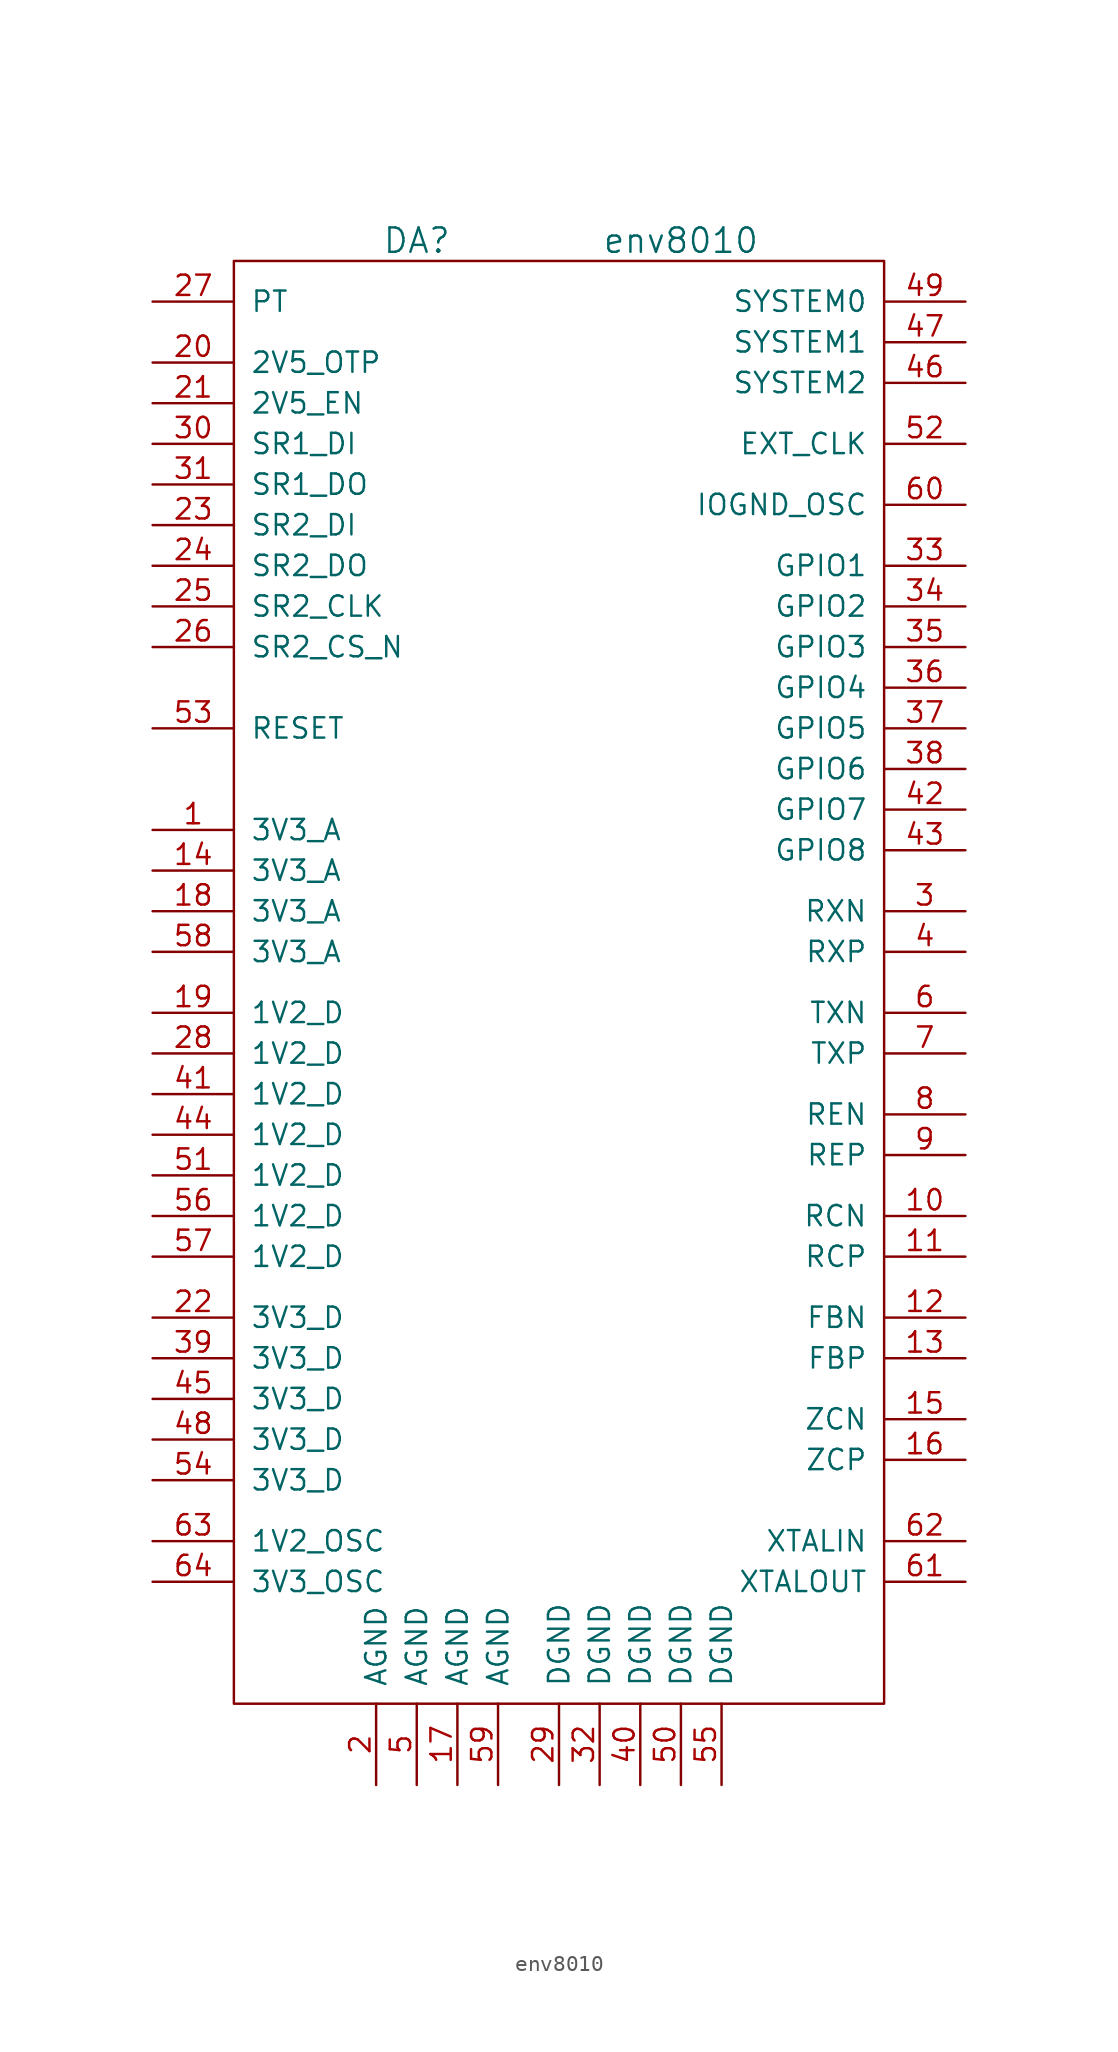
<source format=kicad_sym>
(kicad_symbol_lib
  (version 20231120)
  (generator "kicad_symbol_editor")
  (generator_version "8.0")
  (symbol "env8010"
    (pin_names
      (offset 1.016))
    (property "Reference" "DA"
      (at -8.89 46.99 0)
      (effects (font (size 1.524 1.524))))
    (property "Value" "env8010"
      (at 7.62 46.99 0)
      (effects (font (size 1.524 1.524))))
    (property "Footprint" ""
      (at 0 11.43 0)
      (effects (font (size 1.524 1.524))))
    (property "Datasheet" ""
      (at 0 11.43 0)
      (effects (font (size 1.524 1.524))))
    (symbol "env8010_0_0"
      (pin power_in line (at -25.4 10.16 0) (length 5.08) (name "3V3_A" (effects (font (size 1.27 1.27)))) (number "1" (effects (font (size 1.27 1.27)))))
      (pin passive line (at 25.4 -13.97 180) (length 5.08) (name "RCN" (effects (font (size 1.27 1.27)))) (number "10" (effects (font (size 1.27 1.27)))))
      (pin passive line (at 25.4 -16.51 180) (length 5.08) (name "RCP" (effects (font (size 1.27 1.27)))) (number "11" (effects (font (size 1.27 1.27)))))
      (pin passive line (at 25.4 -20.32 180) (length 5.08) (name "FBN" (effects (font (size 1.27 1.27)))) (number "12" (effects (font (size 1.27 1.27)))))
      (pin passive line (at 25.4 -22.86 180) (length 5.08) (name "FBP" (effects (font (size 1.27 1.27)))) (number "13" (effects (font (size 1.27 1.27)))))
      (pin power_in line (at -25.4 7.62 0) (length 5.08) (name "3V3_A" (effects (font (size 1.27 1.27)))) (number "14" (effects (font (size 1.27 1.27)))))
      (pin passive line (at 25.4 -26.67 180) (length 5.08) (name "ZCN" (effects (font (size 1.27 1.27)))) (number "15" (effects (font (size 1.27 1.27)))))
      (pin passive line (at 25.4 -29.21 180) (length 5.08) (name "ZCP" (effects (font (size 1.27 1.27)))) (number "16" (effects (font (size 1.27 1.27)))))
      (pin power_in line (at -6.35 -49.53 90) (length 5.08) (name "AGND" (effects (font (size 1.27 1.27)))) (number "17" (effects (font (size 1.27 1.27)))))
      (pin power_in line (at -25.4 5.08 0) (length 5.08) (name "3V3_A" (effects (font (size 1.27 1.27)))) (number "18" (effects (font (size 1.27 1.27)))))
      (pin power_in line (at -25.4 -1.27 0) (length 5.08) (name "1V2_D" (effects (font (size 1.27 1.27)))) (number "19" (effects (font (size 1.27 1.27)))))
      (pin power_in line (at -11.43 -49.53 90) (length 5.08) (name "AGND" (effects (font (size 1.27 1.27)))) (number "2" (effects (font (size 1.27 1.27)))))
      (pin passive line (at -25.4 39.37 0) (length 5.08) (name "2V5_OTP" (effects (font (size 1.27 1.27)))) (number "20" (effects (font (size 1.27 1.27)))))
      (pin passive line (at -25.4 36.83 0) (length 5.08) (name "2V5_EN" (effects (font (size 1.27 1.27)))) (number "21" (effects (font (size 1.27 1.27)))))
      (pin power_in line (at -25.4 -20.32 0) (length 5.08) (name "3V3_D" (effects (font (size 1.27 1.27)))) (number "22" (effects (font (size 1.27 1.27)))))
      (pin passive line (at -25.4 29.21 0) (length 5.08) (name "SR2_DI" (effects (font (size 1.27 1.27)))) (number "23" (effects (font (size 1.27 1.27)))))
      (pin passive line (at -25.4 26.67 0) (length 5.08) (name "SR2_DO" (effects (font (size 1.27 1.27)))) (number "24" (effects (font (size 1.27 1.27)))))
      (pin passive line (at -25.4 24.13 0) (length 5.08) (name "SR2_CLK" (effects (font (size 1.27 1.27)))) (number "25" (effects (font (size 1.27 1.27)))))
      (pin passive line (at -25.4 21.59 0) (length 5.08) (name "SR2_CS_N" (effects (font (size 1.27 1.27)))) (number "26" (effects (font (size 1.27 1.27)))))
      (pin passive line (at -25.4 43.18 0) (length 5.08) (name "PT" (effects (font (size 1.27 1.27)))) (number "27" (effects (font (size 1.27 1.27)))))
      (pin power_in line (at -25.4 -3.81 0) (length 5.08) (name "1V2_D" (effects (font (size 1.27 1.27)))) (number "28" (effects (font (size 1.27 1.27)))))
      (pin power_in line (at 0 -49.53 90) (length 5.08) (name "DGND" (effects (font (size 1.27 1.27)))) (number "29" (effects (font (size 1.27 1.27)))))
      (pin passive line (at 25.4 5.08 180) (length 5.08) (name "RXN" (effects (font (size 1.27 1.27)))) (number "3" (effects (font (size 1.27 1.27)))))
      (pin passive line (at -25.4 34.29 0) (length 5.08) (name "SR1_DI" (effects (font (size 1.27 1.27)))) (number "30" (effects (font (size 1.27 1.27)))))
      (pin passive line (at -25.4 31.75 0) (length 5.08) (name "SR1_DO" (effects (font (size 1.27 1.27)))) (number "31" (effects (font (size 1.27 1.27)))))
      (pin power_in line (at 2.54 -49.53 90) (length 5.08) (name "DGND" (effects (font (size 1.27 1.27)))) (number "32" (effects (font (size 1.27 1.27)))))
      (pin passive line (at 25.4 26.67 180) (length 5.08) (name "GPIO1" (effects (font (size 1.27 1.27)))) (number "33" (effects (font (size 1.27 1.27)))))
      (pin passive line (at 25.4 24.13 180) (length 5.08) (name "GPIO2" (effects (font (size 1.27 1.27)))) (number "34" (effects (font (size 1.27 1.27)))))
      (pin passive line (at 25.4 21.59 180) (length 5.08) (name "GPIO3" (effects (font (size 1.27 1.27)))) (number "35" (effects (font (size 1.27 1.27)))))
      (pin passive line (at 25.4 19.05 180) (length 5.08) (name "GPIO4" (effects (font (size 1.27 1.27)))) (number "36" (effects (font (size 1.27 1.27)))))
      (pin passive line (at 25.4 16.51 180) (length 5.08) (name "GPIO5" (effects (font (size 1.27 1.27)))) (number "37" (effects (font (size 1.27 1.27)))))
      (pin passive line (at 25.4 13.97 180) (length 5.08) (name "GPIO6" (effects (font (size 1.27 1.27)))) (number "38" (effects (font (size 1.27 1.27)))))
      (pin power_in line (at -25.4 -22.86 0) (length 5.08) (name "3V3_D" (effects (font (size 1.27 1.27)))) (number "39" (effects (font (size 1.27 1.27)))))
      (pin passive line (at 25.4 2.54 180) (length 5.08) (name "RXP" (effects (font (size 1.27 1.27)))) (number "4" (effects (font (size 1.27 1.27)))))
      (pin power_in line (at 5.08 -49.53 90) (length 5.08) (name "DGND" (effects (font (size 1.27 1.27)))) (number "40" (effects (font (size 1.27 1.27)))))
      (pin power_in line (at -25.4 -6.35 0) (length 5.08) (name "1V2_D" (effects (font (size 1.27 1.27)))) (number "41" (effects (font (size 1.27 1.27)))))
      (pin passive line (at 25.4 11.43 180) (length 5.08) (name "GPIO7" (effects (font (size 1.27 1.27)))) (number "42" (effects (font (size 1.27 1.27)))))
      (pin passive line (at 25.4 8.89 180) (length 5.08) (name "GPIO8" (effects (font (size 1.27 1.27)))) (number "43" (effects (font (size 1.27 1.27)))))
      (pin power_in line (at -25.4 -8.89 0) (length 5.08) (name "1V2_D" (effects (font (size 1.27 1.27)))) (number "44" (effects (font (size 1.27 1.27)))))
      (pin power_in line (at -25.4 -25.4 0) (length 5.08) (name "3V3_D" (effects (font (size 1.27 1.27)))) (number "45" (effects (font (size 1.27 1.27)))))
      (pin passive line (at 25.4 38.1 180) (length 5.08) (name "SYSTEM2" (effects (font (size 1.27 1.27)))) (number "46" (effects (font (size 1.27 1.27)))))
      (pin passive line (at 25.4 40.64 180) (length 5.08) (name "SYSTEM1" (effects (font (size 1.27 1.27)))) (number "47" (effects (font (size 1.27 1.27)))))
      (pin power_in line (at -25.4 -27.94 0) (length 5.08) (name "3V3_D" (effects (font (size 1.27 1.27)))) (number "48" (effects (font (size 1.27 1.27)))))
      (pin passive line (at 25.4 43.18 180) (length 5.08) (name "SYSTEM0" (effects (font (size 1.27 1.27)))) (number "49" (effects (font (size 1.27 1.27)))))
      (pin power_in line (at -8.89 -49.53 90) (length 5.08) (name "AGND" (effects (font (size 1.27 1.27)))) (number "5" (effects (font (size 1.27 1.27)))))
      (pin power_in line (at 7.62 -49.53 90) (length 5.08) (name "DGND" (effects (font (size 1.27 1.27)))) (number "50" (effects (font (size 1.27 1.27)))))
      (pin power_in line (at -25.4 -11.43 0) (length 5.08) (name "1V2_D" (effects (font (size 1.27 1.27)))) (number "51" (effects (font (size 1.27 1.27)))))
      (pin passive line (at 25.4 34.29 180) (length 5.08) (name "EXT_CLK" (effects (font (size 1.27 1.27)))) (number "52" (effects (font (size 1.27 1.27)))))
      (pin passive line (at -25.4 16.51 0) (length 5.08) (name "RESET" (effects (font (size 1.27 1.27)))) (number "53" (effects (font (size 1.27 1.27)))))
      (pin power_in line (at -25.4 -30.48 0) (length 5.08) (name "3V3_D" (effects (font (size 1.27 1.27)))) (number "54" (effects (font (size 1.27 1.27)))))
      (pin power_in line (at 10.16 -49.53 90) (length 5.08) (name "DGND" (effects (font (size 1.27 1.27)))) (number "55" (effects (font (size 1.27 1.27)))))
      (pin power_in line (at -25.4 -13.97 0) (length 5.08) (name "1V2_D" (effects (font (size 1.27 1.27)))) (number "56" (effects (font (size 1.27 1.27)))))
      (pin power_in line (at -25.4 -16.51 0) (length 5.08) (name "1V2_D" (effects (font (size 1.27 1.27)))) (number "57" (effects (font (size 1.27 1.27)))))
      (pin power_in line (at -25.4 2.54 0) (length 5.08) (name "3V3_A" (effects (font (size 1.27 1.27)))) (number "58" (effects (font (size 1.27 1.27)))))
      (pin power_in line (at -3.81 -49.53 90) (length 5.08) (name "AGND" (effects (font (size 1.27 1.27)))) (number "59" (effects (font (size 1.27 1.27)))))
      (pin passive line (at 25.4 -1.27 180) (length 5.08) (name "TXN" (effects (font (size 1.27 1.27)))) (number "6" (effects (font (size 1.27 1.27)))))
      (pin passive line (at 25.4 30.48 180) (length 5.08) (name "IOGND_OSC" (effects (font (size 1.27 1.27)))) (number "60" (effects (font (size 1.27 1.27)))))
      (pin passive line (at 25.4 -36.83 180) (length 5.08) (name "XTALOUT" (effects (font (size 1.27 1.27)))) (number "61" (effects (font (size 1.27 1.27)))))
      (pin passive line (at 25.4 -34.29 180) (length 5.08) (name "XTALIN" (effects (font (size 1.27 1.27)))) (number "62" (effects (font (size 1.27 1.27)))))
      (pin power_in line (at -25.4 -34.29 0) (length 5.08) (name "1V2_OSC" (effects (font (size 1.27 1.27)))) (number "63" (effects (font (size 1.27 1.27)))))
      (pin power_in line (at -25.4 -36.83 0) (length 5.08) (name "3V3_OSC" (effects (font (size 1.27 1.27)))) (number "64" (effects (font (size 1.27 1.27)))))
      (pin passive line (at 25.4 -3.81 180) (length 5.08) (name "TXP" (effects (font (size 1.27 1.27)))) (number "7" (effects (font (size 1.27 1.27)))))
      (pin passive line (at 25.4 -7.62 180) (length 5.08) (name "REN" (effects (font (size 1.27 1.27)))) (number "8" (effects (font (size 1.27 1.27)))))
      (pin passive line (at 25.4 -10.16 180) (length 5.08) (name "REP" (effects (font (size 1.27 1.27)))) (number "9" (effects (font (size 1.27 1.27))))))
    (symbol "env8010_0_1"
      (rectangle (start -20.32 45.72) (end 20.32 -44.45) (stroke (width 0) (type default)) (fill (type none))))))
</source>
